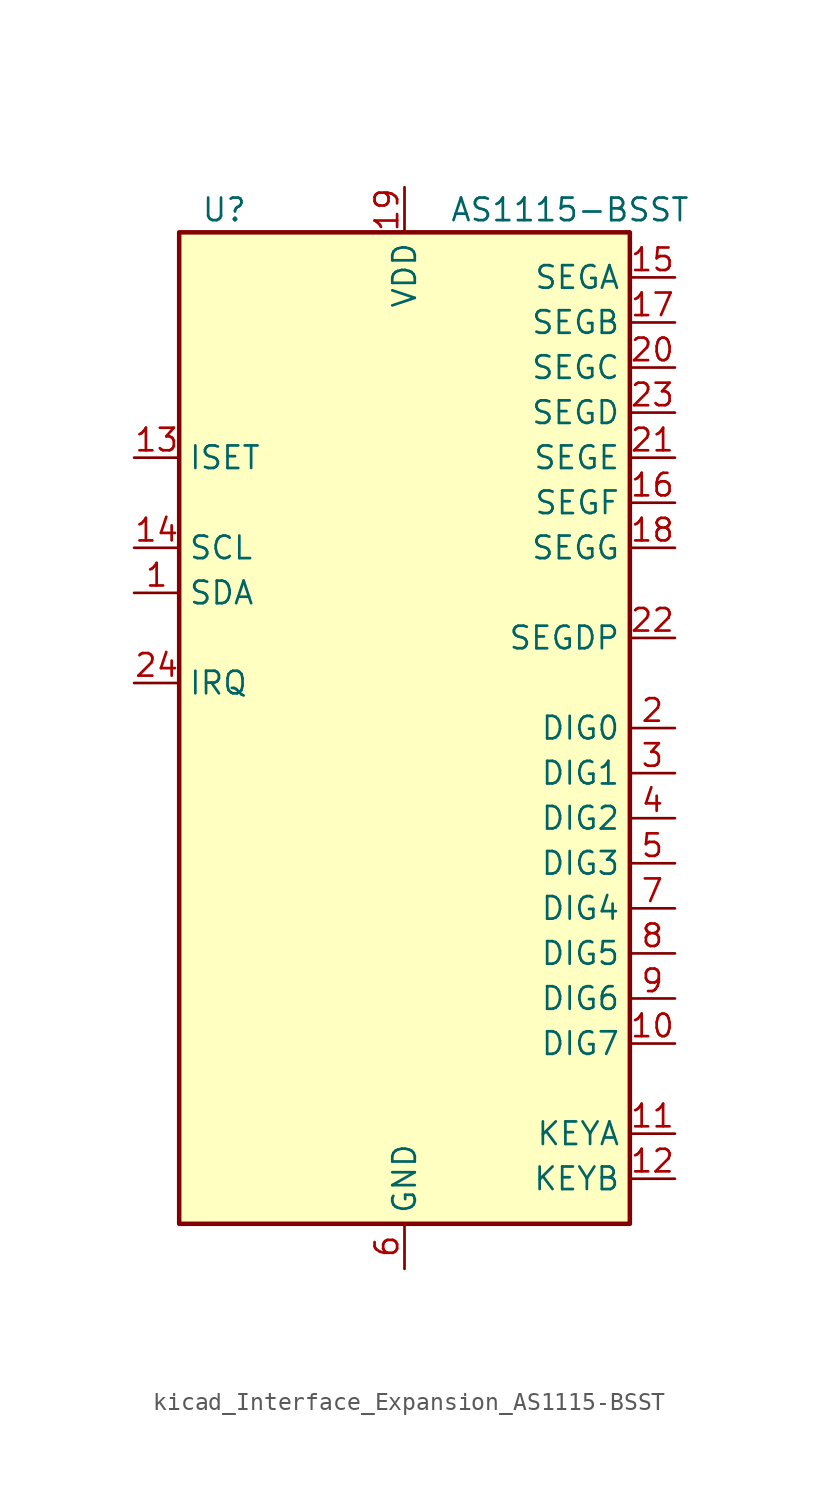
<source format=kicad_sym>
(kicad_symbol_lib
  (version 20220914)
  (generator kicad_symbol_editor)
  (symbol "kicad_Interface_Expansion_AS1115-BSST"
    (property "Reference" "U"
      (at -10.16 29.21 0)
      (effects (font (size 1.27 1.27))))
    (property "Value" "AS1115-BSST"
      (at 2.54 29.21 0)
      (effects (font (size 1.27 1.27)) (justify left)))
    (symbol "kicad_Interface_Expansion_AS1115-BSST_0_1"
      (rectangle (start -12.7 27.94) (end 12.7 -27.94) (stroke (width 0.254) (type default)) (fill (type background))))
    (symbol "kicad_Interface_Expansion_AS1115-BSST_1_1"
      (pin bidirectional line (at -15.24 7.62 0) (length 2.54) (name "SDA" (effects (font (size 1.27 1.27)))) (number "1" (effects (font (size 1.27 1.27)))))
      (pin open_collector line (at 15.24 -17.78 180) (length 2.54) (name "DIG7" (effects (font (size 1.27 1.27)))) (number "10" (effects (font (size 1.27 1.27)))))
      (pin open_collector line (at 15.24 -22.86 180) (length 2.54) (name "KEYA" (effects (font (size 1.27 1.27)))) (number "11" (effects (font (size 1.27 1.27)))))
      (pin open_collector line (at 15.24 -25.4 180) (length 2.54) (name "KEYB" (effects (font (size 1.27 1.27)))) (number "12" (effects (font (size 1.27 1.27)))))
      (pin passive line (at -15.24 15.24 0) (length 2.54) (name "ISET" (effects (font (size 1.27 1.27)))) (number "13" (effects (font (size 1.27 1.27)))))
      (pin input line (at -15.24 10.16 0) (length 2.54) (name "SCL" (effects (font (size 1.27 1.27)))) (number "14" (effects (font (size 1.27 1.27)))))
      (pin output line (at 15.24 25.4 180) (length 2.54) (name "SEGA" (effects (font (size 1.27 1.27)))) (number "15" (effects (font (size 1.27 1.27)))))
      (pin output line (at 15.24 12.7 180) (length 2.54) (name "SEGF" (effects (font (size 1.27 1.27)))) (number "16" (effects (font (size 1.27 1.27)))))
      (pin output line (at 15.24 22.86 180) (length 2.54) (name "SEGB" (effects (font (size 1.27 1.27)))) (number "17" (effects (font (size 1.27 1.27)))))
      (pin output line (at 15.24 10.16 180) (length 2.54) (name "SEGG" (effects (font (size 1.27 1.27)))) (number "18" (effects (font (size 1.27 1.27)))))
      (pin power_in line (at 0 30.48 270) (length 2.54) (name "VDD" (effects (font (size 1.27 1.27)))) (number "19" (effects (font (size 1.27 1.27)))))
      (pin open_collector line (at 15.24 0 180) (length 2.54) (name "DIG0" (effects (font (size 1.27 1.27)))) (number "2" (effects (font (size 1.27 1.27)))))
      (pin output line (at 15.24 20.32 180) (length 2.54) (name "SEGC" (effects (font (size 1.27 1.27)))) (number "20" (effects (font (size 1.27 1.27)))))
      (pin output line (at 15.24 15.24 180) (length 2.54) (name "SEGE" (effects (font (size 1.27 1.27)))) (number "21" (effects (font (size 1.27 1.27)))))
      (pin output line (at 15.24 5.08 180) (length 2.54) (name "SEGDP" (effects (font (size 1.27 1.27)))) (number "22" (effects (font (size 1.27 1.27)))))
      (pin output line (at 15.24 17.78 180) (length 2.54) (name "SEGD" (effects (font (size 1.27 1.27)))) (number "23" (effects (font (size 1.27 1.27)))))
      (pin open_collector line (at -15.24 2.54 0) (length 2.54) (name "IRQ" (effects (font (size 1.27 1.27)))) (number "24" (effects (font (size 1.27 1.27)))))
      (pin open_collector line (at 15.24 -2.54 180) (length 2.54) (name "DIG1" (effects (font (size 1.27 1.27)))) (number "3" (effects (font (size 1.27 1.27)))))
      (pin open_collector line (at 15.24 -5.08 180) (length 2.54) (name "DIG2" (effects (font (size 1.27 1.27)))) (number "4" (effects (font (size 1.27 1.27)))))
      (pin open_collector line (at 15.24 -7.62 180) (length 2.54) (name "DIG3" (effects (font (size 1.27 1.27)))) (number "5" (effects (font (size 1.27 1.27)))))
      (pin power_in line (at 0 -30.48 90) (length 2.54) (name "GND" (effects (font (size 1.27 1.27)))) (number "6" (effects (font (size 1.27 1.27)))))
      (pin open_collector line (at 15.24 -10.16 180) (length 2.54) (name "DIG4" (effects (font (size 1.27 1.27)))) (number "7" (effects (font (size 1.27 1.27)))))
      (pin open_collector line (at 15.24 -12.7 180) (length 2.54) (name "DIG5" (effects (font (size 1.27 1.27)))) (number "8" (effects (font (size 1.27 1.27)))))
      (pin open_collector line (at 15.24 -15.24 180) (length 2.54) (name "DIG6" (effects (font (size 1.27 1.27)))) (number "9" (effects (font (size 1.27 1.27))))))))
</source>
